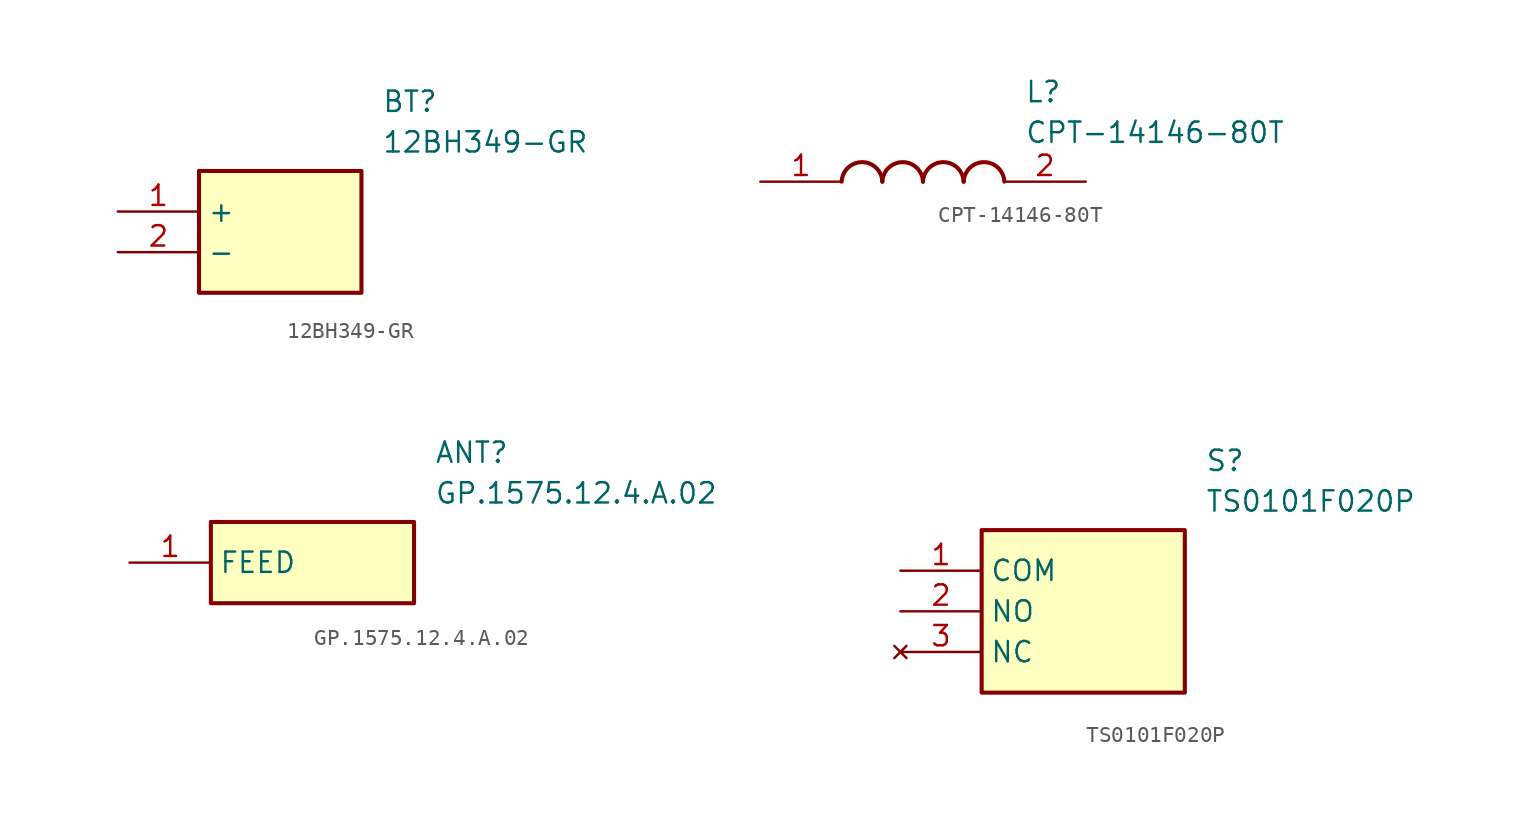
<source format=kicad_sym>
(kicad_symbol_lib
  (version 20220914)
  (generator SamacSys_ECAD_Model)
  (symbol "12BH349-GR"
    (property "Reference" "BT"
      (at 16.51 7.62 0)
      (effects (font (size 1.27 1.27)) (justify left top)))
    (property "Value" "12BH349-GR"
      (at 16.51 5.08 0)
      (effects (font (size 1.27 1.27)) (justify left top)))
    (rectangle
      (start 5.08 2.54)
      (end 15.24 -5.08)
      (stroke (width 0.254) (type default))
      (fill (type background)))
    (pin passive line
      (at 0 0 0)
      (length 5.08)
      (name "+" (effects (font (size 1.27 1.27))))
      (number "1" (effects (font (size 1.27 1.27)))))
    (pin passive line
      (at 0 -2.54 0)
      (length 5.08)
      (name "-" (effects (font (size 1.27 1.27))))
      (number "2" (effects (font (size 1.27 1.27))))))
  (symbol "CPT-14146-80T"
    (pin_names hide)
    (property "Reference" "L"
      (at 16.51 6.35 0)
      (effects (font (size 1.27 1.27)) (justify left top)))
    (property "Value" "CPT-14146-80T"
      (at 16.51 3.81 0)
      (effects (font (size 1.27 1.27)) (justify left top)))
    (arc
      (start 7.62 0)
      (mid 6.35 1.219)
      (end 5.08 0)
      (stroke (width 0.254) (type default))
      (fill (type none)))
    (arc
      (start 10.16 0)
      (mid 8.89 1.219)
      (end 7.62 0)
      (stroke (width 0.254) (type default))
      (fill (type none)))
    (arc
      (start 12.7 0)
      (mid 11.43 1.219)
      (end 10.16 0)
      (stroke (width 0.254) (type default))
      (fill (type none)))
    (arc
      (start 15.24 0)
      (mid 13.97 1.219)
      (end 12.7 0)
      (stroke (width 0.254) (type default))
      (fill (type none)))
    (pin passive line
      (at 0 0 0)
      (length 5.08)
      (name "1" (effects (font (size 1.27 1.27))))
      (number "1" (effects (font (size 1.27 1.27)))))
    (pin passive line
      (at 20.32 0 180)
      (length 5.08)
      (name "2" (effects (font (size 1.27 1.27))))
      (number "2" (effects (font (size 1.27 1.27))))))
  (symbol "GP.1575.12.4.A.02"
    (property "Reference" "ANT"
      (at 19.05 7.62 0)
      (effects (font (size 1.27 1.27)) (justify left top)))
    (property "Value" "GP.1575.12.4.A.02"
      (at 19.05 5.08 0)
      (effects (font (size 1.27 1.27)) (justify left top)))
    (rectangle
      (start 5.08 2.54)
      (end 17.78 -2.54)
      (stroke (width 0.254) (type default))
      (fill (type background)))
    (pin passive line
      (at 0 0 0)
      (length 5.08)
      (name "FEED" (effects (font (size 1.27 1.27))))
      (number "1" (effects (font (size 1.27 1.27))))))
  (symbol "TS0101F020P"
    (property "Reference" "S"
      (at 19.05 7.62 0)
      (effects (font (size 1.27 1.27)) (justify left top)))
    (property "Value" "TS0101F020P"
      (at 19.05 5.08 0)
      (effects (font (size 1.27 1.27)) (justify left top)))
    (rectangle
      (start 5.08 2.54)
      (end 17.78 -7.62)
      (stroke (width 0.254) (type default))
      (fill (type background)))
    (pin passive line
      (at 0 0 0)
      (length 5.08)
      (name "COM" (effects (font (size 1.27 1.27))))
      (number "1" (effects (font (size 1.27 1.27)))))
    (pin passive line
      (at 0 -2.54 0)
      (length 5.08)
      (name "NO" (effects (font (size 1.27 1.27))))
      (number "2" (effects (font (size 1.27 1.27)))))
    (pin no_connect line
      (at 0 -5.08 0)
      (length 5.08)
      (name "NC" (effects (font (size 1.27 1.27))))
      (number "3" (effects (font (size 1.27 1.27)))))))
</source>
